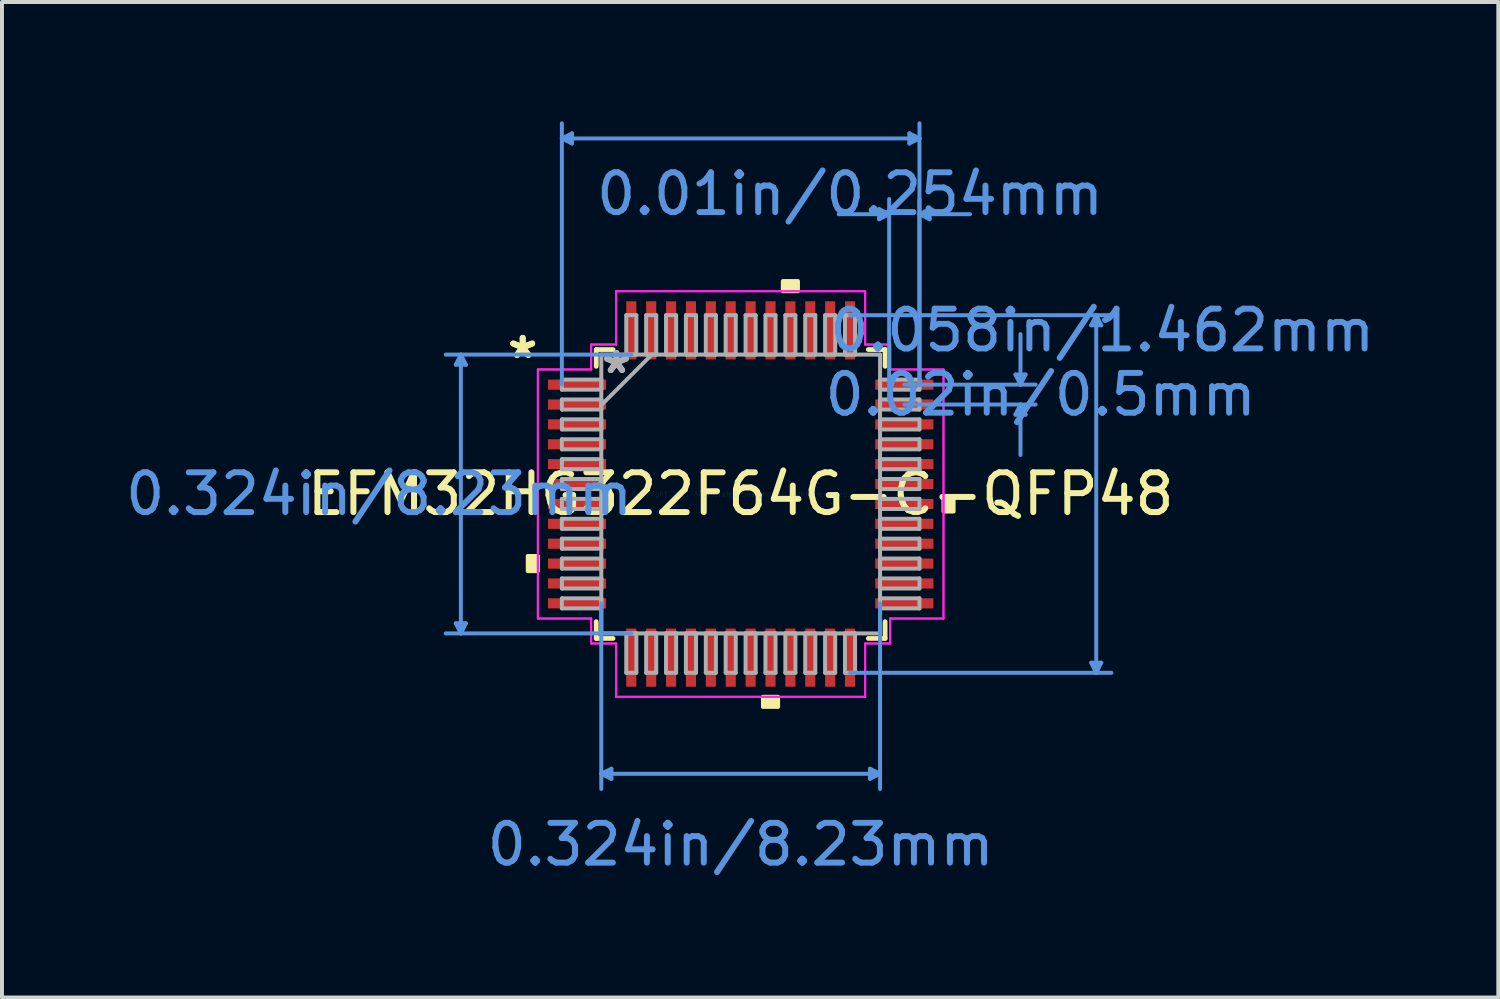
<source format=kicad_pcb>
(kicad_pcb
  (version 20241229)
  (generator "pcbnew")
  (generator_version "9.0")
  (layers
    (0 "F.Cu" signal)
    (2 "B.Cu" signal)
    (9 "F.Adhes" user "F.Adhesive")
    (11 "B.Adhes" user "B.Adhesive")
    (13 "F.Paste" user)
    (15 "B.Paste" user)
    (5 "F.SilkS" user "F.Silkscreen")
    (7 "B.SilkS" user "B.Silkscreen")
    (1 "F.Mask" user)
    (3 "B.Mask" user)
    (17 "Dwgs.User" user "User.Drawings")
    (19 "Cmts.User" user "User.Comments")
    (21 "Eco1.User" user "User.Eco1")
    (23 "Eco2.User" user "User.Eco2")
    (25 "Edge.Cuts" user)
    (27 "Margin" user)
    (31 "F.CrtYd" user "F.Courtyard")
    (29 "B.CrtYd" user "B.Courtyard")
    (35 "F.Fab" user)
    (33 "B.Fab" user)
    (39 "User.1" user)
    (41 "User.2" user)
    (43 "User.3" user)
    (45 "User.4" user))
  (footprint "EFM32HG322F64G-C-QFP48"
    (layer "F.Cu")
    (at 15.575 9.372)
    (property "Reference" "EFM32HG322F64G-C-QFP48" (at 0 0 0) (layer "F.SilkS") (effects (font (size 1 1) (thickness 0.15))))
    (attr through_hole)
    (fp_line (start -3.632 -3.632) (end -3.632 -3.21) (stroke (width 0.12) (type solid)) (layer "F.SilkS"))
    (fp_line (start -3.632 3.21) (end -3.632 3.632) (stroke (width 0.12) (type solid)) (layer "F.SilkS"))
    (fp_line (start -3.632 3.632) (end -3.21 3.632) (stroke (width 0.12) (type solid)) (layer "F.SilkS"))
    (fp_line (start -3.21 -3.632) (end -3.632 -3.632) (stroke (width 0.12) (type solid)) (layer "F.SilkS"))
    (fp_line (start 3.21 3.632) (end 3.632 3.632) (stroke (width 0.12) (type solid)) (layer "F.SilkS"))
    (fp_line (start 3.632 -3.632) (end 3.21 -3.632) (stroke (width 0.12) (type solid)) (layer "F.SilkS"))
    (fp_line (start 3.632 -3.21) (end 3.632 -3.632) (stroke (width 0.12) (type solid)) (layer "F.SilkS"))
    (fp_line (start 3.632 3.632) (end 3.632 3.21) (stroke (width 0.12) (type solid)) (layer "F.SilkS"))
    (fp_poly (pts (xy -5.354 1.559) (xy -5.354 1.94) (xy -5.1 1.94) (xy -5.1 1.559)) (stroke (width 0.1) (type solid)) (fill yes) (layer "F.SilkS"))
    (fp_poly (pts (xy 0.56 5.1) (xy 0.56 5.354) (xy 0.941 5.354) (xy 0.941 5.1)) (stroke (width 0.1) (type solid)) (fill yes) (layer "F.SilkS"))
    (fp_poly (pts (xy 1.06 -5.1) (xy 1.06 -5.354) (xy 1.44 -5.354) (xy 1.44 -5.1)) (stroke (width 0.1) (type solid)) (fill yes) (layer "F.SilkS"))
    (fp_poly (pts (xy 5.354 0.059) (xy 5.354 0.441) (xy 5.1 0.441) (xy 5.1 0.059)) (stroke (width 0.1) (type solid)) (fill yes) (layer "F.SilkS"))
    (fp_line (start -7.163 -3.251) (end -6.909 -3.251) (stroke (width 0.1) (type solid)) (layer "Cmts.User"))
    (fp_line (start -7.163 3.251) (end -6.909 3.251) (stroke (width 0.1) (type solid)) (layer "Cmts.User"))
    (fp_line (start -7.036 -3.505) (end -7.163 -3.251) (stroke (width 0.1) (type solid)) (layer "Cmts.User"))
    (fp_line (start -7.036 -3.505) (end -7.036 3.505) (stroke (width 0.1) (type solid)) (layer "Cmts.User"))
    (fp_line (start -7.036 -3.505) (end -6.909 -3.251) (stroke (width 0.1) (type solid)) (layer "Cmts.User"))
    (fp_line (start -7.036 3.505) (end -7.163 3.251) (stroke (width 0.1) (type solid)) (layer "Cmts.User"))
    (fp_line (start -7.036 3.505) (end -6.909 3.251) (stroke (width 0.1) (type solid)) (layer "Cmts.User"))
    (fp_line (start -4.496 -8.941) (end -4.242 -9.068) (stroke (width 0.1) (type solid)) (layer "Cmts.User"))
    (fp_line (start -4.496 -8.941) (end -4.242 -8.814) (stroke (width 0.1) (type solid)) (layer "Cmts.User"))
    (fp_line (start -4.496 -8.941) (end 4.496 -8.941) (stroke (width 0.1) (type solid)) (layer "Cmts.User"))
    (fp_line (start -4.496 -2.75) (end -4.496 -9.322) (stroke (width 0.1) (type solid)) (layer "Cmts.User"))
    (fp_line (start -4.242 -9.068) (end -4.242 -8.814) (stroke (width 0.1) (type solid)) (layer "Cmts.User"))
    (fp_line (start -3.505 2.75) (end -3.505 7.417) (stroke (width 0.1) (type solid)) (layer "Cmts.User"))
    (fp_line (start -3.505 7.036) (end -3.251 6.909) (stroke (width 0.1) (type solid)) (layer "Cmts.User"))
    (fp_line (start -3.505 7.036) (end -3.251 7.163) (stroke (width 0.1) (type solid)) (layer "Cmts.User"))
    (fp_line (start -3.505 7.036) (end 3.505 7.036) (stroke (width 0.1) (type solid)) (layer "Cmts.User"))
    (fp_line (start -3.251 6.909) (end -3.251 7.163) (stroke (width 0.1) (type solid)) (layer "Cmts.User"))
    (fp_line (start -2.75 -3.505) (end -7.417 -3.505) (stroke (width 0.1) (type solid)) (layer "Cmts.User"))
    (fp_line (start -2.75 3.505) (end -7.417 3.505) (stroke (width 0.1) (type solid)) (layer "Cmts.User"))
    (fp_line (start 2.75 -4.496) (end 9.322 -4.496) (stroke (width 0.1) (type solid)) (layer "Cmts.User"))
    (fp_line (start 2.75 4.496) (end 9.322 4.496) (stroke (width 0.1) (type solid)) (layer "Cmts.User"))
    (fp_line (start 3.251 6.909) (end 3.251 7.163) (stroke (width 0.1) (type solid)) (layer "Cmts.User"))
    (fp_line (start 3.48 -7.163) (end 3.48 -6.909) (stroke (width 0.1) (type solid)) (layer "Cmts.User"))
    (fp_line (start 3.505 2.75) (end 3.505 7.417) (stroke (width 0.1) (type solid)) (layer "Cmts.User"))
    (fp_line (start 3.505 7.036) (end 3.251 6.909) (stroke (width 0.1) (type solid)) (layer "Cmts.User"))
    (fp_line (start 3.505 7.036) (end 3.251 7.163) (stroke (width 0.1) (type solid)) (layer "Cmts.User"))
    (fp_line (start 3.734 -7.036) (end 2.464 -7.036) (stroke (width 0.1) (type solid)) (layer "Cmts.User"))
    (fp_line (start 3.734 -7.036) (end 3.48 -7.163) (stroke (width 0.1) (type solid)) (layer "Cmts.User"))
    (fp_line (start 3.734 -7.036) (end 3.48 -6.909) (stroke (width 0.1) (type solid)) (layer "Cmts.User"))
    (fp_line (start 3.734 -2.75) (end 3.734 -7.417) (stroke (width 0.1) (type solid)) (layer "Cmts.User"))
    (fp_line (start 4.115 -2.75) (end 7.417 -2.75) (stroke (width 0.1) (type solid)) (layer "Cmts.User"))
    (fp_line (start 4.115 -2.25) (end 7.417 -2.25) (stroke (width 0.1) (type solid)) (layer "Cmts.User"))
    (fp_line (start 4.242 -9.068) (end 4.242 -8.814) (stroke (width 0.1) (type solid)) (layer "Cmts.User"))
    (fp_line (start 4.496 -8.941) (end 4.242 -9.068) (stroke (width 0.1) (type solid)) (layer "Cmts.User"))
    (fp_line (start 4.496 -8.941) (end 4.242 -8.814) (stroke (width 0.1) (type solid)) (layer "Cmts.User"))
    (fp_line (start 4.496 -7.036) (end 4.75 -7.163) (stroke (width 0.1) (type solid)) (layer "Cmts.User"))
    (fp_line (start 4.496 -7.036) (end 4.75 -6.909) (stroke (width 0.1) (type solid)) (layer "Cmts.User"))
    (fp_line (start 4.496 -7.036) (end 5.766 -7.036) (stroke (width 0.1) (type solid)) (layer "Cmts.User"))
    (fp_line (start 4.496 -2.75) (end 4.496 -9.322) (stroke (width 0.1) (type solid)) (layer "Cmts.User"))
    (fp_line (start 4.496 -2.75) (end 4.496 -7.417) (stroke (width 0.1) (type solid)) (layer "Cmts.User"))
    (fp_line (start 4.75 -7.163) (end 4.75 -6.909) (stroke (width 0.1) (type solid)) (layer "Cmts.User"))
    (fp_line (start 6.909 -3.004) (end 7.163 -3.004) (stroke (width 0.1) (type solid)) (layer "Cmts.User"))
    (fp_line (start 6.909 -1.996) (end 7.163 -1.996) (stroke (width 0.1) (type solid)) (layer "Cmts.User"))
    (fp_line (start 7.036 -2.75) (end 6.909 -3.004) (stroke (width 0.1) (type solid)) (layer "Cmts.User"))
    (fp_line (start 7.036 -2.75) (end 7.036 -4.02) (stroke (width 0.1) (type solid)) (layer "Cmts.User"))
    (fp_line (start 7.036 -2.75) (end 7.163 -3.004) (stroke (width 0.1) (type solid)) (layer "Cmts.User"))
    (fp_line (start 7.036 -2.25) (end 6.909 -1.996) (stroke (width 0.1) (type solid)) (layer "Cmts.User"))
    (fp_line (start 7.036 -2.25) (end 7.036 -0.98) (stroke (width 0.1) (type solid)) (layer "Cmts.User"))
    (fp_line (start 7.036 -2.25) (end 7.163 -1.996) (stroke (width 0.1) (type solid)) (layer "Cmts.User"))
    (fp_line (start 8.814 -4.242) (end 9.068 -4.242) (stroke (width 0.1) (type solid)) (layer "Cmts.User"))
    (fp_line (start 8.814 4.242) (end 9.068 4.242) (stroke (width 0.1) (type solid)) (layer "Cmts.User"))
    (fp_line (start 8.941 -4.496) (end 8.814 -4.242) (stroke (width 0.1) (type solid)) (layer "Cmts.User"))
    (fp_line (start 8.941 -4.496) (end 8.941 4.496) (stroke (width 0.1) (type solid)) (layer "Cmts.User"))
    (fp_line (start 8.941 -4.496) (end 9.068 -4.242) (stroke (width 0.1) (type solid)) (layer "Cmts.User"))
    (fp_line (start 8.941 4.496) (end 8.814 4.242) (stroke (width 0.1) (type solid)) (layer "Cmts.User"))
    (fp_line (start 8.941 4.496) (end 9.068 4.242) (stroke (width 0.1) (type solid)) (layer "Cmts.User"))
    (fp_line (start -5.1 -3.131) (end -3.759 -3.131) (stroke (width 0.05) (type solid)) (layer "F.CrtYd"))
    (fp_line (start -5.1 -3.131) (end -3.759 -3.131) (stroke (width 0.05) (type solid)) (layer "F.CrtYd"))
    (fp_line (start -5.1 3.131) (end -5.1 -3.131) (stroke (width 0.05) (type solid)) (layer "F.CrtYd"))
    (fp_line (start -5.1 3.131) (end -5.1 -3.131) (stroke (width 0.05) (type solid)) (layer "F.CrtYd"))
    (fp_line (start -3.759 -3.759) (end -3.131 -3.759) (stroke (width 0.05) (type solid)) (layer "F.CrtYd"))
    (fp_line (start -3.759 -3.759) (end -3.131 -3.759) (stroke (width 0.05) (type solid)) (layer "F.CrtYd"))
    (fp_line (start -3.759 -3.131) (end -3.759 -3.759) (stroke (width 0.05) (type solid)) (layer "F.CrtYd"))
    (fp_line (start -3.759 -3.131) (end -3.759 -3.759) (stroke (width 0.05) (type solid)) (layer "F.CrtYd"))
    (fp_line (start -3.759 3.131) (end -5.1 3.131) (stroke (width 0.05) (type solid)) (layer "F.CrtYd"))
    (fp_line (start -3.759 3.131) (end -5.1 3.131) (stroke (width 0.05) (type solid)) (layer "F.CrtYd"))
    (fp_line (start -3.759 3.759) (end -3.759 3.131) (stroke (width 0.05) (type solid)) (layer "F.CrtYd"))
    (fp_line (start -3.759 3.759) (end -3.759 3.131) (stroke (width 0.05) (type solid)) (layer "F.CrtYd"))
    (fp_line (start -3.759 3.759) (end -3.131 3.759) (stroke (width 0.05) (type solid)) (layer "F.CrtYd"))
    (fp_line (start -3.131 -5.1) (end 3.131 -5.1) (stroke (width 0.05) (type solid)) (layer "F.CrtYd"))
    (fp_line (start -3.131 -5.1) (end 3.131 -5.1) (stroke (width 0.05) (type solid)) (layer "F.CrtYd"))
    (fp_line (start -3.131 -3.759) (end -3.131 -5.1) (stroke (width 0.05) (type solid)) (layer "F.CrtYd"))
    (fp_line (start -3.131 -3.759) (end -3.131 -5.1) (stroke (width 0.05) (type solid)) (layer "F.CrtYd"))
    (fp_line (start -3.131 3.759) (end -3.759 3.759) (stroke (width 0.05) (type solid)) (layer "F.CrtYd"))
    (fp_line (start -3.131 3.759) (end -3.131 5.1) (stroke (width 0.05) (type solid)) (layer "F.CrtYd"))
    (fp_line (start -3.131 5.1) (end -3.131 3.759) (stroke (width 0.05) (type solid)) (layer "F.CrtYd"))
    (fp_line (start -3.131 5.1) (end 3.131 5.1) (stroke (width 0.05) (type solid)) (layer "F.CrtYd"))
    (fp_line (start 3.131 -5.1) (end 3.131 -3.759) (stroke (width 0.05) (type solid)) (layer "F.CrtYd"))
    (fp_line (start 3.131 -5.1) (end 3.131 -3.759) (stroke (width 0.05) (type solid)) (layer "F.CrtYd"))
    (fp_line (start 3.131 -3.759) (end 3.759 -3.759) (stroke (width 0.05) (type solid)) (layer "F.CrtYd"))
    (fp_line (start 3.131 -3.759) (end 3.759 -3.759) (stroke (width 0.05) (type solid)) (layer "F.CrtYd"))
    (fp_line (start 3.131 3.759) (end 3.131 5.1) (stroke (width 0.05) (type solid)) (layer "F.CrtYd"))
    (fp_line (start 3.131 3.759) (end 3.759 3.759) (stroke (width 0.05) (type solid)) (layer "F.CrtYd"))
    (fp_line (start 3.131 5.1) (end -3.131 5.1) (stroke (width 0.05) (type solid)) (layer "F.CrtYd"))
    (fp_line (start 3.131 5.1) (end 3.131 3.759) (stroke (width 0.05) (type solid)) (layer "F.CrtYd"))
    (fp_line (start 3.759 -3.759) (end 3.759 -3.131) (stroke (width 0.05) (type solid)) (layer "F.CrtYd"))
    (fp_line (start 3.759 -3.131) (end 3.759 -3.759) (stroke (width 0.05) (type solid)) (layer "F.CrtYd"))
    (fp_line (start 3.759 -3.131) (end 5.1 -3.131) (stroke (width 0.05) (type solid)) (layer "F.CrtYd"))
    (fp_line (start 3.759 3.131) (end 3.759 3.759) (stroke (width 0.05) (type solid)) (layer "F.CrtYd"))
    (fp_line (start 3.759 3.131) (end 5.1 3.131) (stroke (width 0.05) (type solid)) (layer "F.CrtYd"))
    (fp_line (start 3.759 3.759) (end 3.131 3.759) (stroke (width 0.05) (type solid)) (layer "F.CrtYd"))
    (fp_line (start 3.759 3.759) (end 3.759 3.131) (stroke (width 0.05) (type solid)) (layer "F.CrtYd"))
    (fp_line (start 5.1 -3.131) (end 3.759 -3.131) (stroke (width 0.05) (type solid)) (layer "F.CrtYd"))
    (fp_line (start 5.1 -3.131) (end 5.1 3.131) (stroke (width 0.05) (type solid)) (layer "F.CrtYd"))
    (fp_line (start 5.1 3.131) (end 3.759 3.131) (stroke (width 0.05) (type solid)) (layer "F.CrtYd"))
    (fp_line (start 5.1 3.131) (end 5.1 -3.131) (stroke (width 0.05) (type solid)) (layer "F.CrtYd"))
    (fp_line (start -4.496 -2.877) (end -4.496 -2.623) (stroke (width 0.1) (type solid)) (layer "F.Fab"))
    (fp_line (start -4.496 -2.623) (end -3.505 -2.623) (stroke (width 0.1) (type solid)) (layer "F.Fab"))
    (fp_line (start -4.496 -2.377) (end -4.496 -2.123) (stroke (width 0.1) (type solid)) (layer "F.Fab"))
    (fp_line (start -4.496 -2.123) (end -3.505 -2.123) (stroke (width 0.1) (type solid)) (layer "F.Fab"))
    (fp_line (start -4.496 -1.877) (end -4.496 -1.623) (stroke (width 0.1) (type solid)) (layer "F.Fab"))
    (fp_line (start -4.496 -1.623) (end -3.505 -1.623) (stroke (width 0.1) (type solid)) (layer "F.Fab"))
    (fp_line (start -4.496 -1.377) (end -4.496 -1.123) (stroke (width 0.1) (type solid)) (layer "F.Fab"))
    (fp_line (start -4.496 -1.123) (end -3.505 -1.123) (stroke (width 0.1) (type solid)) (layer "F.Fab"))
    (fp_line (start -4.496 -0.877) (end -4.496 -0.623) (stroke (width 0.1) (type solid)) (layer "F.Fab"))
    (fp_line (start -4.496 -0.623) (end -3.505 -0.623) (stroke (width 0.1) (type solid)) (layer "F.Fab"))
    (fp_line (start -4.496 -0.377) (end -4.496 -0.123) (stroke (width 0.1) (type solid)) (layer "F.Fab"))
    (fp_line (start -4.496 -0.123) (end -3.505 -0.123) (stroke (width 0.1) (type solid)) (layer "F.Fab"))
    (fp_line (start -4.496 0.123) (end -4.496 0.377) (stroke (width 0.1) (type solid)) (layer "F.Fab"))
    (fp_line (start -4.496 0.377) (end -3.505 0.377) (stroke (width 0.1) (type solid)) (layer "F.Fab"))
    (fp_line (start -4.496 0.623) (end -4.496 0.877) (stroke (width 0.1) (type solid)) (layer "F.Fab"))
    (fp_line (start -4.496 0.877) (end -3.505 0.877) (stroke (width 0.1) (type solid)) (layer "F.Fab"))
    (fp_line (start -4.496 1.123) (end -4.496 1.377) (stroke (width 0.1) (type solid)) (layer "F.Fab"))
    (fp_line (start -4.496 1.377) (end -3.505 1.377) (stroke (width 0.1) (type solid)) (layer "F.Fab"))
    (fp_line (start -4.496 1.623) (end -4.496 1.877) (stroke (width 0.1) (type solid)) (layer "F.Fab"))
    (fp_line (start -4.496 1.877) (end -3.505 1.877) (stroke (width 0.1) (type solid)) (layer "F.Fab"))
    (fp_line (start -4.496 2.123) (end -4.496 2.377) (stroke (width 0.1) (type solid)) (layer "F.Fab"))
    (fp_line (start -4.496 2.377) (end -3.505 2.377) (stroke (width 0.1) (type solid)) (layer "F.Fab"))
    (fp_line (start -4.496 2.623) (end -4.496 2.877) (stroke (width 0.1) (type solid)) (layer "F.Fab"))
    (fp_line (start -4.496 2.877) (end -3.505 2.877) (stroke (width 0.1) (type solid)) (layer "F.Fab"))
    (fp_line (start -3.505 -3.505) (end -3.505 3.505) (stroke (width 0.1) (type solid)) (layer "F.Fab"))
    (fp_line (start -3.505 -2.877) (end -4.496 -2.877) (stroke (width 0.1) (type solid)) (layer "F.Fab"))
    (fp_line (start -3.505 -2.623) (end -3.505 -2.877) (stroke (width 0.1) (type solid)) (layer "F.Fab"))
    (fp_line (start -3.505 -2.377) (end -4.496 -2.377) (stroke (width 0.1) (type solid)) (layer "F.Fab"))
    (fp_line (start -3.505 -2.235) (end -2.235 -3.505) (stroke (width 0.1) (type solid)) (layer "F.Fab"))
    (fp_line (start -3.505 -2.123) (end -3.505 -2.377) (stroke (width 0.1) (type solid)) (layer "F.Fab"))
    (fp_line (start -3.505 -1.877) (end -4.496 -1.877) (stroke (width 0.1) (type solid)) (layer "F.Fab"))
    (fp_line (start -3.505 -1.623) (end -3.505 -1.877) (stroke (width 0.1) (type solid)) (layer "F.Fab"))
    (fp_line (start -3.505 -1.377) (end -4.496 -1.377) (stroke (width 0.1) (type solid)) (layer "F.Fab"))
    (fp_line (start -3.505 -1.123) (end -3.505 -1.377) (stroke (width 0.1) (type solid)) (layer "F.Fab"))
    (fp_line (start -3.505 -0.877) (end -4.496 -0.877) (stroke (width 0.1) (type solid)) (layer "F.Fab"))
    (fp_line (start -3.505 -0.623) (end -3.505 -0.877) (stroke (width 0.1) (type solid)) (layer "F.Fab"))
    (fp_line (start -3.505 -0.377) (end -4.496 -0.377) (stroke (width 0.1) (type solid)) (layer "F.Fab"))
    (fp_line (start -3.505 -0.123) (end -3.505 -0.377) (stroke (width 0.1) (type solid)) (layer "F.Fab"))
    (fp_line (start -3.505 0.123) (end -4.496 0.123) (stroke (width 0.1) (type solid)) (layer "F.Fab"))
    (fp_line (start -3.505 0.377) (end -3.505 0.123) (stroke (width 0.1) (type solid)) (layer "F.Fab"))
    (fp_line (start -3.505 0.623) (end -4.496 0.623) (stroke (width 0.1) (type solid)) (layer "F.Fab"))
    (fp_line (start -3.505 0.877) (end -3.505 0.623) (stroke (width 0.1) (type solid)) (layer "F.Fab"))
    (fp_line (start -3.505 1.123) (end -4.496 1.123) (stroke (width 0.1) (type solid)) (layer "F.Fab"))
    (fp_line (start -3.505 1.377) (end -3.505 1.123) (stroke (width 0.1) (type solid)) (layer "F.Fab"))
    (fp_line (start -3.505 1.623) (end -4.496 1.623) (stroke (width 0.1) (type solid)) (layer "F.Fab"))
    (fp_line (start -3.505 1.877) (end -3.505 1.623) (stroke (width 0.1) (type solid)) (layer "F.Fab"))
    (fp_line (start -3.505 2.123) (end -4.496 2.123) (stroke (width 0.1) (type solid)) (layer "F.Fab"))
    (fp_line (start -3.505 2.377) (end -3.505 2.123) (stroke (width 0.1) (type solid)) (layer "F.Fab"))
    (fp_line (start -3.505 2.623) (end -4.496 2.623) (stroke (width 0.1) (type solid)) (layer "F.Fab"))
    (fp_line (start -3.505 2.877) (end -3.505 2.623) (stroke (width 0.1) (type solid)) (layer "F.Fab"))
    (fp_line (start -3.505 3.505) (end 3.505 3.505) (stroke (width 0.1) (type solid)) (layer "F.Fab"))
    (fp_line (start -2.877 -4.496) (end -2.877 -3.505) (stroke (width 0.1) (type solid)) (layer "F.Fab"))
    (fp_line (start -2.877 -3.505) (end -2.623 -3.505) (stroke (width 0.1) (type solid)) (layer "F.Fab"))
    (fp_line (start -2.877 3.505) (end -2.877 4.496) (stroke (width 0.1) (type solid)) (layer "F.Fab"))
    (fp_line (start -2.877 4.496) (end -2.623 4.496) (stroke (width 0.1) (type solid)) (layer "F.Fab"))
    (fp_line (start -2.623 -4.496) (end -2.877 -4.496) (stroke (width 0.1) (type solid)) (layer "F.Fab"))
    (fp_line (start -2.623 -3.505) (end -2.623 -4.496) (stroke (width 0.1) (type solid)) (layer "F.Fab"))
    (fp_line (start -2.623 3.505) (end -2.877 3.505) (stroke (width 0.1) (type solid)) (layer "F.Fab"))
    (fp_line (start -2.623 4.496) (end -2.623 3.505) (stroke (width 0.1) (type solid)) (layer "F.Fab"))
    (fp_line (start -2.377 -4.496) (end -2.377 -3.505) (stroke (width 0.1) (type solid)) (layer "F.Fab"))
    (fp_line (start -2.377 -3.505) (end -2.123 -3.505) (stroke (width 0.1) (type solid)) (layer "F.Fab"))
    (fp_line (start -2.377 3.505) (end -2.377 4.496) (stroke (width 0.1) (type solid)) (layer "F.Fab"))
    (fp_line (start -2.377 4.496) (end -2.123 4.496) (stroke (width 0.1) (type solid)) (layer "F.Fab"))
    (fp_line (start -2.123 -4.496) (end -2.377 -4.496) (stroke (width 0.1) (type solid)) (layer "F.Fab"))
    (fp_line (start -2.123 -3.505) (end -2.123 -4.496) (stroke (width 0.1) (type solid)) (layer "F.Fab"))
    (fp_line (start -2.123 3.505) (end -2.377 3.505) (stroke (width 0.1) (type solid)) (layer "F.Fab"))
    (fp_line (start -2.123 4.496) (end -2.123 3.505) (stroke (width 0.1) (type solid)) (layer "F.Fab"))
    (fp_line (start -1.877 -4.496) (end -1.877 -3.505) (stroke (width 0.1) (type solid)) (layer "F.Fab"))
    (fp_line (start -1.877 -3.505) (end -1.623 -3.505) (stroke (width 0.1) (type solid)) (layer "F.Fab"))
    (fp_line (start -1.877 3.505) (end -1.877 4.496) (stroke (width 0.1) (type solid)) (layer "F.Fab"))
    (fp_line (start -1.877 4.496) (end -1.623 4.496) (stroke (width 0.1) (type solid)) (layer "F.Fab"))
    (fp_line (start -1.623 -4.496) (end -1.877 -4.496) (stroke (width 0.1) (type solid)) (layer "F.Fab"))
    (fp_line (start -1.623 -3.505) (end -1.623 -4.496) (stroke (width 0.1) (type solid)) (layer "F.Fab"))
    (fp_line (start -1.623 3.505) (end -1.877 3.505) (stroke (width 0.1) (type solid)) (layer "F.Fab"))
    (fp_line (start -1.623 4.496) (end -1.623 3.505) (stroke (width 0.1) (type solid)) (layer "F.Fab"))
    (fp_line (start -1.377 -4.496) (end -1.377 -3.505) (stroke (width 0.1) (type solid)) (layer "F.Fab"))
    (fp_line (start -1.377 -3.505) (end -1.123 -3.505) (stroke (width 0.1) (type solid)) (layer "F.Fab"))
    (fp_line (start -1.377 3.505) (end -1.377 4.496) (stroke (width 0.1) (type solid)) (layer "F.Fab"))
    (fp_line (start -1.377 4.496) (end -1.123 4.496) (stroke (width 0.1) (type solid)) (layer "F.Fab"))
    (fp_line (start -1.123 -4.496) (end -1.377 -4.496) (stroke (width 0.1) (type solid)) (layer "F.Fab"))
    (fp_line (start -1.123 -3.505) (end -1.123 -4.496) (stroke (width 0.1) (type solid)) (layer "F.Fab"))
    (fp_line (start -1.123 3.505) (end -1.377 3.505) (stroke (width 0.1) (type solid)) (layer "F.Fab"))
    (fp_line (start -1.123 4.496) (end -1.123 3.505) (stroke (width 0.1) (type solid)) (layer "F.Fab"))
    (fp_line (start -0.877 -4.496) (end -0.877 -3.505) (stroke (width 0.1) (type solid)) (layer "F.Fab"))
    (fp_line (start -0.877 -3.505) (end -0.623 -3.505) (stroke (width 0.1) (type solid)) (layer "F.Fab"))
    (fp_line (start -0.877 3.505) (end -0.877 4.496) (stroke (width 0.1) (type solid)) (layer "F.Fab"))
    (fp_line (start -0.877 4.496) (end -0.623 4.496) (stroke (width 0.1) (type solid)) (layer "F.Fab"))
    (fp_line (start -0.623 -4.496) (end -0.877 -4.496) (stroke (width 0.1) (type solid)) (layer "F.Fab"))
    (fp_line (start -0.623 -3.505) (end -0.623 -4.496) (stroke (width 0.1) (type solid)) (layer "F.Fab"))
    (fp_line (start -0.623 3.505) (end -0.877 3.505) (stroke (width 0.1) (type solid)) (layer "F.Fab"))
    (fp_line (start -0.623 4.496) (end -0.623 3.505) (stroke (width 0.1) (type solid)) (layer "F.Fab"))
    (fp_line (start -0.377 -4.496) (end -0.377 -3.505) (stroke (width 0.1) (type solid)) (layer "F.Fab"))
    (fp_line (start -0.377 -3.505) (end -0.123 -3.505) (stroke (width 0.1) (type solid)) (layer "F.Fab"))
    (fp_line (start -0.377 3.505) (end -0.377 4.496) (stroke (width 0.1) (type solid)) (layer "F.Fab"))
    (fp_line (start -0.377 4.496) (end -0.123 4.496) (stroke (width 0.1) (type solid)) (layer "F.Fab"))
    (fp_line (start -0.123 -4.496) (end -0.377 -4.496) (stroke (width 0.1) (type solid)) (layer "F.Fab"))
    (fp_line (start -0.123 -3.505) (end -0.123 -4.496) (stroke (width 0.1) (type solid)) (layer "F.Fab"))
    (fp_line (start -0.123 3.505) (end -0.377 3.505) (stroke (width 0.1) (type solid)) (layer "F.Fab"))
    (fp_line (start -0.123 4.496) (end -0.123 3.505) (stroke (width 0.1) (type solid)) (layer "F.Fab"))
    (fp_line (start 0.123 -4.496) (end 0.123 -3.505) (stroke (width 0.1) (type solid)) (layer "F.Fab"))
    (fp_line (start 0.123 -3.505) (end 0.377 -3.505) (stroke (width 0.1) (type solid)) (layer "F.Fab"))
    (fp_line (start 0.123 3.505) (end 0.123 4.496) (stroke (width 0.1) (type solid)) (layer "F.Fab"))
    (fp_line (start 0.123 4.496) (end 0.377 4.496) (stroke (width 0.1) (type solid)) (layer "F.Fab"))
    (fp_line (start 0.377 -4.496) (end 0.123 -4.496) (stroke (width 0.1) (type solid)) (layer "F.Fab"))
    (fp_line (start 0.377 -3.505) (end 0.377 -4.496) (stroke (width 0.1) (type solid)) (layer "F.Fab"))
    (fp_line (start 0.377 3.505) (end 0.123 3.505) (stroke (width 0.1) (type solid)) (layer "F.Fab"))
    (fp_line (start 0.377 4.496) (end 0.377 3.505) (stroke (width 0.1) (type solid)) (layer "F.Fab"))
    (fp_line (start 0.623 -4.496) (end 0.623 -3.505) (stroke (width 0.1) (type solid)) (layer "F.Fab"))
    (fp_line (start 0.623 -3.505) (end 0.877 -3.505) (stroke (width 0.1) (type solid)) (layer "F.Fab"))
    (fp_line (start 0.623 3.505) (end 0.623 4.496) (stroke (width 0.1) (type solid)) (layer "F.Fab"))
    (fp_line (start 0.623 4.496) (end 0.877 4.496) (stroke (width 0.1) (type solid)) (layer "F.Fab"))
    (fp_line (start 0.877 -4.496) (end 0.623 -4.496) (stroke (width 0.1) (type solid)) (layer "F.Fab"))
    (fp_line (start 0.877 -3.505) (end 0.877 -4.496) (stroke (width 0.1) (type solid)) (layer "F.Fab"))
    (fp_line (start 0.877 3.505) (end 0.623 3.505) (stroke (width 0.1) (type solid)) (layer "F.Fab"))
    (fp_line (start 0.877 4.496) (end 0.877 3.505) (stroke (width 0.1) (type solid)) (layer "F.Fab"))
    (fp_line (start 1.123 -4.496) (end 1.123 -3.505) (stroke (width 0.1) (type solid)) (layer "F.Fab"))
    (fp_line (start 1.123 -3.505) (end 1.377 -3.505) (stroke (width 0.1) (type solid)) (layer "F.Fab"))
    (fp_line (start 1.123 3.505) (end 1.123 4.496) (stroke (width 0.1) (type solid)) (layer "F.Fab"))
    (fp_line (start 1.123 4.496) (end 1.377 4.496) (stroke (width 0.1) (type solid)) (layer "F.Fab"))
    (fp_line (start 1.377 -4.496) (end 1.123 -4.496) (stroke (width 0.1) (type solid)) (layer "F.Fab"))
    (fp_line (start 1.377 -3.505) (end 1.377 -4.496) (stroke (width 0.1) (type solid)) (layer "F.Fab"))
    (fp_line (start 1.377 3.505) (end 1.123 3.505) (stroke (width 0.1) (type solid)) (layer "F.Fab"))
    (fp_line (start 1.377 4.496) (end 1.377 3.505) (stroke (width 0.1) (type solid)) (layer "F.Fab"))
    (fp_line (start 1.623 -4.496) (end 1.623 -3.505) (stroke (width 0.1) (type solid)) (layer "F.Fab"))
    (fp_line (start 1.623 -3.505) (end 1.877 -3.505) (stroke (width 0.1) (type solid)) (layer "F.Fab"))
    (fp_line (start 1.623 3.505) (end 1.623 4.496) (stroke (width 0.1) (type solid)) (layer "F.Fab"))
    (fp_line (start 1.623 4.496) (end 1.877 4.496) (stroke (width 0.1) (type solid)) (layer "F.Fab"))
    (fp_line (start 1.877 -4.496) (end 1.623 -4.496) (stroke (width 0.1) (type solid)) (layer "F.Fab"))
    (fp_line (start 1.877 -3.505) (end 1.877 -4.496) (stroke (width 0.1) (type solid)) (layer "F.Fab"))
    (fp_line (start 1.877 3.505) (end 1.623 3.505) (stroke (width 0.1) (type solid)) (layer "F.Fab"))
    (fp_line (start 1.877 4.496) (end 1.877 3.505) (stroke (width 0.1) (type solid)) (layer "F.Fab"))
    (fp_line (start 2.123 -4.496) (end 2.123 -3.505) (stroke (width 0.1) (type solid)) (layer "F.Fab"))
    (fp_line (start 2.123 -3.505) (end 2.377 -3.505) (stroke (width 0.1) (type solid)) (layer "F.Fab"))
    (fp_line (start 2.123 3.505) (end 2.123 4.496) (stroke (width 0.1) (type solid)) (layer "F.Fab"))
    (fp_line (start 2.123 4.496) (end 2.377 4.496) (stroke (width 0.1) (type solid)) (layer "F.Fab"))
    (fp_line (start 2.377 -4.496) (end 2.123 -4.496) (stroke (width 0.1) (type solid)) (layer "F.Fab"))
    (fp_line (start 2.377 -3.505) (end 2.377 -4.496) (stroke (width 0.1) (type solid)) (layer "F.Fab"))
    (fp_line (start 2.377 3.505) (end 2.123 3.505) (stroke (width 0.1) (type solid)) (layer "F.Fab"))
    (fp_line (start 2.377 4.496) (end 2.377 3.505) (stroke (width 0.1) (type solid)) (layer "F.Fab"))
    (fp_line (start 2.623 -4.496) (end 2.623 -3.505) (stroke (width 0.1) (type solid)) (layer "F.Fab"))
    (fp_line (start 2.623 -3.505) (end 2.877 -3.505) (stroke (width 0.1) (type solid)) (layer "F.Fab"))
    (fp_line (start 2.623 3.505) (end 2.623 4.496) (stroke (width 0.1) (type solid)) (layer "F.Fab"))
    (fp_line (start 2.623 4.496) (end 2.877 4.496) (stroke (width 0.1) (type solid)) (layer "F.Fab"))
    (fp_line (start 2.877 -4.496) (end 2.623 -4.496) (stroke (width 0.1) (type solid)) (layer "F.Fab"))
    (fp_line (start 2.877 -3.505) (end 2.877 -4.496) (stroke (width 0.1) (type solid)) (layer "F.Fab"))
    (fp_line (start 2.877 3.505) (end 2.623 3.505) (stroke (width 0.1) (type solid)) (layer "F.Fab"))
    (fp_line (start 2.877 4.496) (end 2.877 3.505) (stroke (width 0.1) (type solid)) (layer "F.Fab"))
    (fp_line (start 3.505 -3.505) (end -3.505 -3.505) (stroke (width 0.1) (type solid)) (layer "F.Fab"))
    (fp_line (start 3.505 -2.877) (end 3.505 -2.623) (stroke (width 0.1) (type solid)) (layer "F.Fab"))
    (fp_line (start 3.505 -2.623) (end 4.496 -2.623) (stroke (width 0.1) (type solid)) (layer "F.Fab"))
    (fp_line (start 3.505 -2.377) (end 3.505 -2.123) (stroke (width 0.1) (type solid)) (layer "F.Fab"))
    (fp_line (start 3.505 -2.123) (end 4.496 -2.123) (stroke (width 0.1) (type solid)) (layer "F.Fab"))
    (fp_line (start 3.505 -1.877) (end 3.505 -1.623) (stroke (width 0.1) (type solid)) (layer "F.Fab"))
    (fp_line (start 3.505 -1.623) (end 4.496 -1.623) (stroke (width 0.1) (type solid)) (layer "F.Fab"))
    (fp_line (start 3.505 -1.377) (end 3.505 -1.123) (stroke (width 0.1) (type solid)) (layer "F.Fab"))
    (fp_line (start 3.505 -1.123) (end 4.496 -1.123) (stroke (width 0.1) (type solid)) (layer "F.Fab"))
    (fp_line (start 3.505 -0.877) (end 3.505 -0.623) (stroke (width 0.1) (type solid)) (layer "F.Fab"))
    (fp_line (start 3.505 -0.623) (end 4.496 -0.623) (stroke (width 0.1) (type solid)) (layer "F.Fab"))
    (fp_line (start 3.505 -0.377) (end 3.505 -0.123) (stroke (width 0.1) (type solid)) (layer "F.Fab"))
    (fp_line (start 3.505 -0.123) (end 4.496 -0.123) (stroke (width 0.1) (type solid)) (layer "F.Fab"))
    (fp_line (start 3.505 0.123) (end 3.505 0.377) (stroke (width 0.1) (type solid)) (layer "F.Fab"))
    (fp_line (start 3.505 0.377) (end 4.496 0.377) (stroke (width 0.1) (type solid)) (layer "F.Fab"))
    (fp_line (start 3.505 0.623) (end 3.505 0.877) (stroke (width 0.1) (type solid)) (layer "F.Fab"))
    (fp_line (start 3.505 0.877) (end 4.496 0.877) (stroke (width 0.1) (type solid)) (layer "F.Fab"))
    (fp_line (start 3.505 1.123) (end 3.505 1.377) (stroke (width 0.1) (type solid)) (layer "F.Fab"))
    (fp_line (start 3.505 1.377) (end 4.496 1.377) (stroke (width 0.1) (type solid)) (layer "F.Fab"))
    (fp_line (start 3.505 1.623) (end 3.505 1.877) (stroke (width 0.1) (type solid)) (layer "F.Fab"))
    (fp_line (start 3.505 1.877) (end 4.496 1.877) (stroke (width 0.1) (type solid)) (layer "F.Fab"))
    (fp_line (start 3.505 2.123) (end 3.505 2.377) (stroke (width 0.1) (type solid)) (layer "F.Fab"))
    (fp_line (start 3.505 2.377) (end 4.496 2.377) (stroke (width 0.1) (type solid)) (layer "F.Fab"))
    (fp_line (start 3.505 2.623) (end 3.505 2.877) (stroke (width 0.1) (type solid)) (layer "F.Fab"))
    (fp_line (start 3.505 2.877) (end 4.496 2.877) (stroke (width 0.1) (type solid)) (layer "F.Fab"))
    (fp_line (start 3.505 3.505) (end 3.505 -3.505) (stroke (width 0.1) (type solid)) (layer "F.Fab"))
    (fp_line (start 4.496 -2.877) (end 3.505 -2.877) (stroke (width 0.1) (type solid)) (layer "F.Fab"))
    (fp_line (start 4.496 -2.623) (end 4.496 -2.877) (stroke (width 0.1) (type solid)) (layer "F.Fab"))
    (fp_line (start 4.496 -2.377) (end 3.505 -2.377) (stroke (width 0.1) (type solid)) (layer "F.Fab"))
    (fp_line (start 4.496 -2.123) (end 4.496 -2.377) (stroke (width 0.1) (type solid)) (layer "F.Fab"))
    (fp_line (start 4.496 -1.877) (end 3.505 -1.877) (stroke (width 0.1) (type solid)) (layer "F.Fab"))
    (fp_line (start 4.496 -1.623) (end 4.496 -1.877) (stroke (width 0.1) (type solid)) (layer "F.Fab"))
    (fp_line (start 4.496 -1.377) (end 3.505 -1.377) (stroke (width 0.1) (type solid)) (layer "F.Fab"))
    (fp_line (start 4.496 -1.123) (end 4.496 -1.377) (stroke (width 0.1) (type solid)) (layer "F.Fab"))
    (fp_line (start 4.496 -0.877) (end 3.505 -0.877) (stroke (width 0.1) (type solid)) (layer "F.Fab"))
    (fp_line (start 4.496 -0.623) (end 4.496 -0.877) (stroke (width 0.1) (type solid)) (layer "F.Fab"))
    (fp_line (start 4.496 -0.377) (end 3.505 -0.377) (stroke (width 0.1) (type solid)) (layer "F.Fab"))
    (fp_line (start 4.496 -0.123) (end 4.496 -0.377) (stroke (width 0.1) (type solid)) (layer "F.Fab"))
    (fp_line (start 4.496 0.123) (end 3.505 0.123) (stroke (width 0.1) (type solid)) (layer "F.Fab"))
    (fp_line (start 4.496 0.377) (end 4.496 0.123) (stroke (width 0.1) (type solid)) (layer "F.Fab"))
    (fp_line (start 4.496 0.623) (end 3.505 0.623) (stroke (width 0.1) (type solid)) (layer "F.Fab"))
    (fp_line (start 4.496 0.877) (end 4.496 0.623) (stroke (width 0.1) (type solid)) (layer "F.Fab"))
    (fp_line (start 4.496 1.123) (end 3.505 1.123) (stroke (width 0.1) (type solid)) (layer "F.Fab"))
    (fp_line (start 4.496 1.377) (end 4.496 1.123) (stroke (width 0.1) (type solid)) (layer "F.Fab"))
    (fp_line (start 4.496 1.623) (end 3.505 1.623) (stroke (width 0.1) (type solid)) (layer "F.Fab"))
    (fp_line (start 4.496 1.877) (end 4.496 1.623) (stroke (width 0.1) (type solid)) (layer "F.Fab"))
    (fp_line (start 4.496 2.123) (end 3.505 2.123) (stroke (width 0.1) (type solid)) (layer "F.Fab"))
    (fp_line (start 4.496 2.377) (end 4.496 2.123) (stroke (width 0.1) (type solid)) (layer "F.Fab"))
    (fp_line (start 4.496 2.623) (end 3.505 2.623) (stroke (width 0.1) (type solid)) (layer "F.Fab"))
    (fp_line (start 4.496 2.877) (end 4.496 2.623) (stroke (width 0.1) (type solid)) (layer "F.Fab"))
    (fp_text user "*" (at -5.481 -3.381 0) (layer "F.SilkS") (effects (font (size 1 1) (thickness 0.15))))
    (fp_text user "*" (at -5.481 -3.381 0) (layer "F.SilkS") (effects (font (size 1 1) (thickness 0.15))))
    (fp_text user "0.324in/8.23mm" (at 0 8.814 0) (layer "Cmts.User") (effects (font (size 1 1) (thickness 0.15))))
    (fp_text user "0.058in/1.462mm" (at 9.093 -4.115 0) (layer "Cmts.User") (effects (font (size 1 1) (thickness 0.15))))
    (fp_text user "0.324in/8.23mm" (at -9.093 0 0) (layer "Cmts.User") (effects (font (size 1 1) (thickness 0.15))))
    (fp_text user "Copyright 2021 Accelerated Designs. All rights reserved." (at 0 0 0) (layer "Cmts.User") (effects (font (size 0.127 0.127) (thickness 0.002))))
    (fp_text user "0.02in/0.5mm" (at 7.544 -2.5 0) (layer "Cmts.User") (effects (font (size 1 1) (thickness 0.15))))
    (fp_text user "0.01in/0.254mm" (at 2.75 -7.544 0) (layer "Cmts.User") (effects (font (size 1 1) (thickness 0.15))))
    (fp_text user "*" (at -3.124 -3 0) (layer "F.Fab") (effects (font (size 1 1) (thickness 0.15))))
    (fp_text user "*" (at -3.124 -3 0) (layer "F.Fab") (effects (font (size 1 1) (thickness 0.15))))
    (pad "1" smd rect (at -4.115 -2.75 90) (size 0.254 1.462) (layers "F.Cu" "F.Mask" "F.Paste"))
    (pad "2" smd rect (at -4.115 -2.25 90) (size 0.254 1.462) (layers "F.Cu" "F.Mask" "F.Paste"))
    (pad "3" smd rect (at -4.115 -1.75 90) (size 0.254 1.462) (layers "F.Cu" "F.Mask" "F.Paste"))
    (pad "4" smd rect (at -4.115 -1.25 90) (size 0.254 1.462) (layers "F.Cu" "F.Mask" "F.Paste"))
    (pad "5" smd rect (at -4.115 -0.75 90) (size 0.254 1.462) (layers "F.Cu" "F.Mask" "F.Paste"))
    (pad "6" smd rect (at -4.115 -0.25 90) (size 0.254 1.462) (layers "F.Cu" "F.Mask" "F.Paste"))
    (pad "7" smd rect (at -4.115 0.25 90) (size 0.254 1.462) (layers "F.Cu" "F.Mask" "F.Paste"))
    (pad "8" smd rect (at -4.115 0.75 90) (size 0.254 1.462) (layers "F.Cu" "F.Mask" "F.Paste"))
    (pad "9" smd rect (at -4.115 1.25 90) (size 0.254 1.462) (layers "F.Cu" "F.Mask" "F.Paste"))
    (pad "10" smd rect (at -4.115 1.75 90) (size 0.254 1.462) (layers "F.Cu" "F.Mask" "F.Paste"))
    (pad "11" smd rect (at -4.115 2.25 90) (size 0.254 1.462) (layers "F.Cu" "F.Mask" "F.Paste"))
    (pad "12" smd rect (at -4.115 2.75 90) (size 0.254 1.462) (layers "F.Cu" "F.Mask" "F.Paste"))
    (pad "13" smd rect (at -2.75 4.115) (size 0.254 1.462) (layers "F.Cu" "F.Mask" "F.Paste"))
    (pad "14" smd rect (at -2.25 4.115) (size 0.254 1.462) (layers "F.Cu" "F.Mask" "F.Paste"))
    (pad "15" smd rect (at -1.75 4.115) (size 0.254 1.462) (layers "F.Cu" "F.Mask" "F.Paste"))
    (pad "16" smd rect (at -1.25 4.115) (size 0.254 1.462) (layers "F.Cu" "F.Mask" "F.Paste"))
    (pad "17" smd rect (at -0.75 4.115) (size 0.254 1.462) (layers "F.Cu" "F.Mask" "F.Paste"))
    (pad "18" smd rect (at -0.25 4.115) (size 0.254 1.462) (layers "F.Cu" "F.Mask" "F.Paste"))
    (pad "19" smd rect (at 0.25 4.115) (size 0.254 1.462) (layers "F.Cu" "F.Mask" "F.Paste"))
    (pad "20" smd rect (at 0.75 4.115) (size 0.254 1.462) (layers "F.Cu" "F.Mask" "F.Paste"))
    (pad "21" smd rect (at 1.25 4.115) (size 0.254 1.462) (layers "F.Cu" "F.Mask" "F.Paste"))
    (pad "22" smd rect (at 1.75 4.115) (size 0.254 1.462) (layers "F.Cu" "F.Mask" "F.Paste"))
    (pad "23" smd rect (at 2.25 4.115) (size 0.254 1.462) (layers "F.Cu" "F.Mask" "F.Paste"))
    (pad "24" smd rect (at 2.75 4.115) (size 0.254 1.462) (layers "F.Cu" "F.Mask" "F.Paste"))
    (pad "25" smd rect (at 4.115 2.75 90) (size 0.254 1.462) (layers "F.Cu" "F.Mask" "F.Paste"))
    (pad "26" smd rect (at 4.115 2.25 90) (size 0.254 1.462) (layers "F.Cu" "F.Mask" "F.Paste"))
    (pad "27" smd rect (at 4.115 1.75 90) (size 0.254 1.462) (layers "F.Cu" "F.Mask" "F.Paste"))
    (pad "28" smd rect (at 4.115 1.25 90) (size 0.254 1.462) (layers "F.Cu" "F.Mask" "F.Paste"))
    (pad "29" smd rect (at 4.115 0.75 90) (size 0.254 1.462) (layers "F.Cu" "F.Mask" "F.Paste"))
    (pad "30" smd rect (at 4.115 0.25 90) (size 0.254 1.462) (layers "F.Cu" "F.Mask" "F.Paste"))
    (pad "31" smd rect (at 4.115 -0.25 90) (size 0.254 1.462) (layers "F.Cu" "F.Mask" "F.Paste"))
    (pad "32" smd rect (at 4.115 -0.75 90) (size 0.254 1.462) (layers "F.Cu" "F.Mask" "F.Paste"))
    (pad "33" smd rect (at 4.115 -1.25 90) (size 0.254 1.462) (layers "F.Cu" "F.Mask" "F.Paste"))
    (pad "34" smd rect (at 4.115 -1.75 90) (size 0.254 1.462) (layers "F.Cu" "F.Mask" "F.Paste"))
    (pad "35" smd rect (at 4.115 -2.25 90) (size 0.254 1.462) (layers "F.Cu" "F.Mask" "F.Paste"))
    (pad "36" smd rect (at 4.115 -2.75 90) (size 0.254 1.462) (layers "F.Cu" "F.Mask" "F.Paste"))
    (pad "37" smd rect (at 2.75 -4.115) (size 0.254 1.462) (layers "F.Cu" "F.Mask" "F.Paste"))
    (pad "38" smd rect (at 2.25 -4.115) (size 0.254 1.462) (layers "F.Cu" "F.Mask" "F.Paste"))
    (pad "39" smd rect (at 1.75 -4.115) (size 0.254 1.462) (layers "F.Cu" "F.Mask" "F.Paste"))
    (pad "40" smd rect (at 1.25 -4.115) (size 0.254 1.462) (layers "F.Cu" "F.Mask" "F.Paste"))
    (pad "41" smd rect (at 0.75 -4.115) (size 0.254 1.462) (layers "F.Cu" "F.Mask" "F.Paste"))
    (pad "42" smd rect (at 0.25 -4.115) (size 0.254 1.462) (layers "F.Cu" "F.Mask" "F.Paste"))
    (pad "43" smd rect (at -0.25 -4.115) (size 0.254 1.462) (layers "F.Cu" "F.Mask" "F.Paste"))
    (pad "44" smd rect (at -0.75 -4.115) (size 0.254 1.462) (layers "F.Cu" "F.Mask" "F.Paste"))
    (pad "45" smd rect (at -1.25 -4.115) (size 0.254 1.462) (layers "F.Cu" "F.Mask" "F.Paste"))
    (pad "46" smd rect (at -1.75 -4.115) (size 0.254 1.462) (layers "F.Cu" "F.Mask" "F.Paste"))
    (pad "47" smd rect (at -2.25 -4.115) (size 0.254 1.462) (layers "F.Cu" "F.Mask" "F.Paste"))
    (pad "48" smd rect (at -2.75 -4.115) (size 0.254 1.462) (layers "F.Cu" "F.Mask" "F.Paste")))
  (gr_rect
    (start -3 -3)
    (end 34.627 22.034)
    (stroke (width 0.1) (type default))
    (fill no)
    (layer "Edge.Cuts")))
</source>
